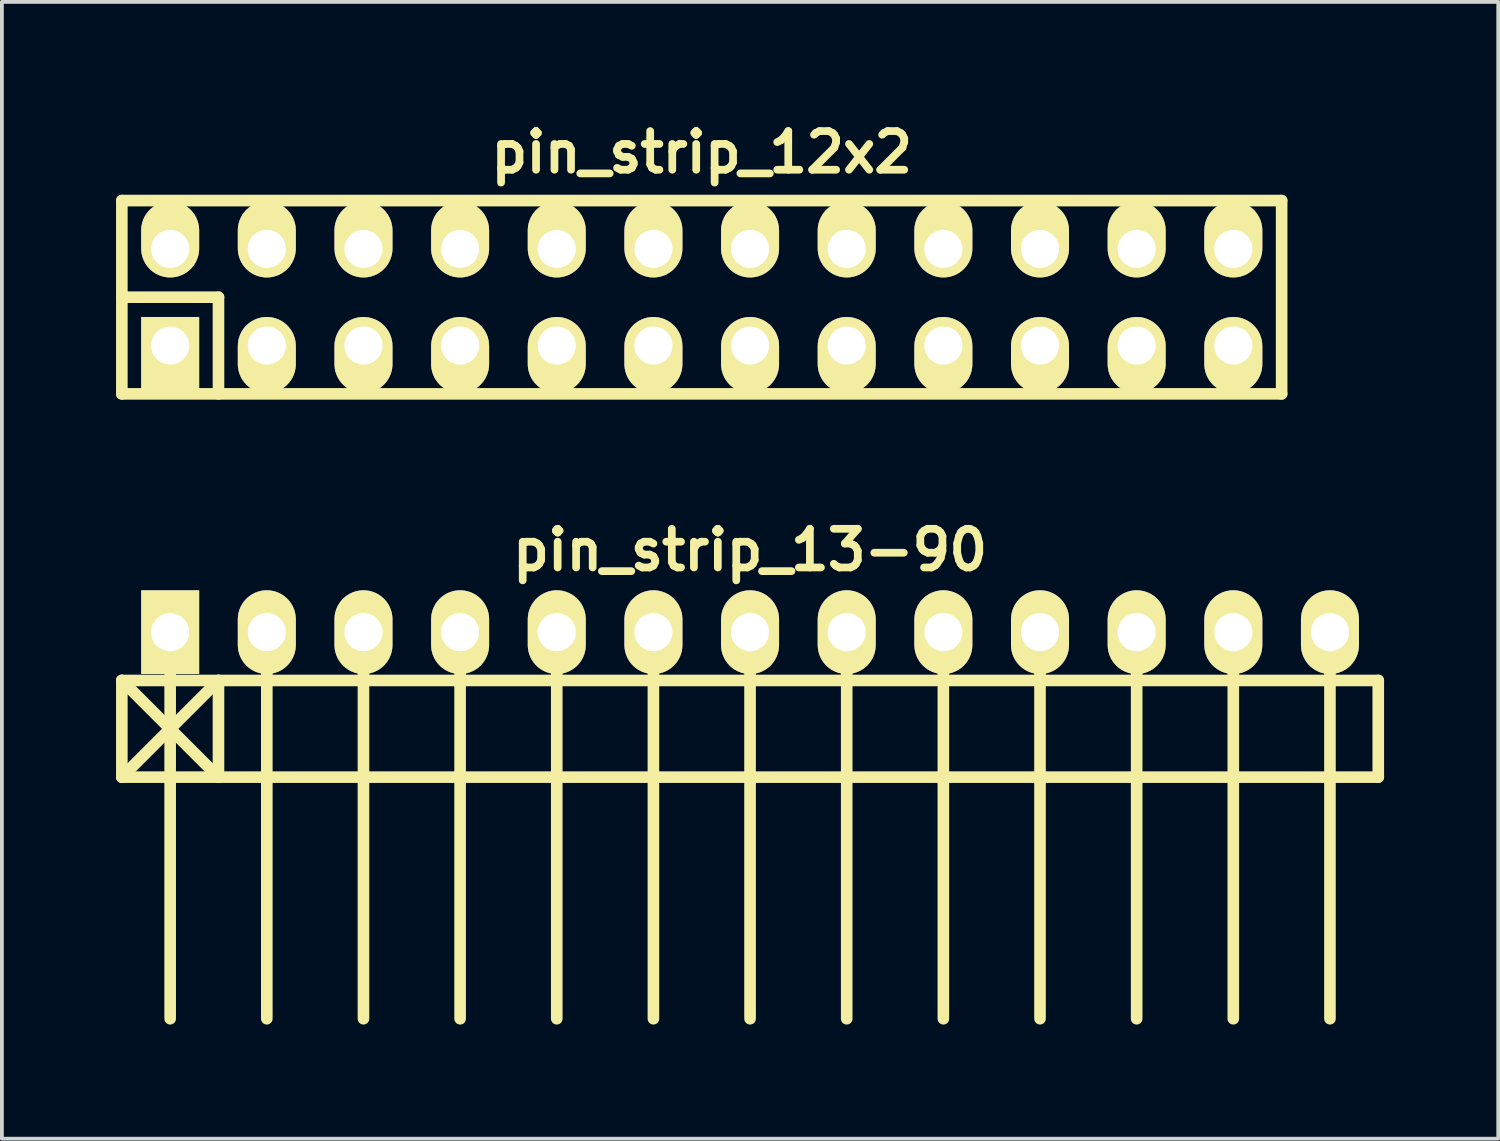
<source format=kicad_pcb>
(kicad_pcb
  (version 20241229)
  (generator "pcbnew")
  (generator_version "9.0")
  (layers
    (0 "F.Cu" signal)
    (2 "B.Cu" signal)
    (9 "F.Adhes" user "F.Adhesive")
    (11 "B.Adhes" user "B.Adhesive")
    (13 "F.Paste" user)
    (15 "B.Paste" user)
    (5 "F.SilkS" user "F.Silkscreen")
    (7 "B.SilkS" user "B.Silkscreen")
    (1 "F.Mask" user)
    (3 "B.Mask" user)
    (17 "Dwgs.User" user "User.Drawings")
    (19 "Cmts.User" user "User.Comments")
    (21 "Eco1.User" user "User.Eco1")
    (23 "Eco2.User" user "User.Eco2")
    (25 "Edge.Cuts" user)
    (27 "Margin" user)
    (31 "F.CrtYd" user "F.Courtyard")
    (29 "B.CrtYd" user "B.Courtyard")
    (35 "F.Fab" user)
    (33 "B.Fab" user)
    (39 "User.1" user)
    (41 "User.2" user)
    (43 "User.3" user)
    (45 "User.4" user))
  (footprint "pin_strip_13-90"
    (layer "F.Cu")
    (at 16.662 13.563)
    (property "Reference" "pin_strip_13-90" (at 0 -2.159 0) (layer "F.SilkS") (effects (font (size 1.016 1.016) (thickness 0.203))))
    (attr through_hole)
    (fp_line (start -16.51 1.27) (end 16.51 1.27) (stroke (width 0.305) (type solid)) (layer "F.SilkS"))
    (fp_line (start -16.51 3.81) (end -16.51 1.27) (stroke (width 0.305) (type solid)) (layer "F.SilkS"))
    (fp_line (start -16.51 3.81) (end -13.97 1.27) (stroke (width 0.305) (type solid)) (layer "F.SilkS"))
    (fp_line (start -15.24 0) (end -15.24 10.16) (stroke (width 0.305) (type solid)) (layer "F.SilkS"))
    (fp_line (start -13.97 1.27) (end -13.97 3.81) (stroke (width 0.305) (type solid)) (layer "F.SilkS"))
    (fp_line (start -13.97 3.81) (end -16.51 1.27) (stroke (width 0.305) (type solid)) (layer "F.SilkS"))
    (fp_line (start -12.7 0) (end -12.7 10.16) (stroke (width 0.305) (type solid)) (layer "F.SilkS"))
    (fp_line (start -10.16 10.16) (end -10.16 0) (stroke (width 0.305) (type solid)) (layer "F.SilkS"))
    (fp_line (start -7.62 0) (end -7.62 10.16) (stroke (width 0.305) (type solid)) (layer "F.SilkS"))
    (fp_line (start -5.08 0) (end -5.08 10.16) (stroke (width 0.305) (type solid)) (layer "F.SilkS"))
    (fp_line (start -2.54 0) (end -2.54 10.16) (stroke (width 0.305) (type solid)) (layer "F.SilkS"))
    (fp_line (start 0 0) (end 0 10.16) (stroke (width 0.305) (type solid)) (layer "F.SilkS"))
    (fp_line (start 2.54 0) (end 2.54 10.16) (stroke (width 0.305) (type solid)) (layer "F.SilkS"))
    (fp_line (start 5.08 0) (end 5.08 10.16) (stroke (width 0.305) (type solid)) (layer "F.SilkS"))
    (fp_line (start 7.62 0) (end 7.62 10.16) (stroke (width 0.305) (type solid)) (layer "F.SilkS"))
    (fp_line (start 10.16 0) (end 10.16 10.16) (stroke (width 0.305) (type solid)) (layer "F.SilkS"))
    (fp_line (start 12.7 0) (end 12.7 10.16) (stroke (width 0.305) (type solid)) (layer "F.SilkS"))
    (fp_line (start 15.24 10.16) (end 15.24 0) (stroke (width 0.305) (type solid)) (layer "F.SilkS"))
    (fp_line (start 16.51 1.27) (end 16.51 3.81) (stroke (width 0.305) (type solid)) (layer "F.SilkS"))
    (fp_line (start 16.51 3.81) (end -16.51 3.81) (stroke (width 0.305) (type solid)) (layer "F.SilkS"))
    (pad "1" thru_hole rect (at -15.24 0) (size 1.524 2.2) (drill 1.001) (layers "*.Cu" "*.Mask" "F.SilkS"))
    (pad "2" thru_hole oval (at -12.7 0) (size 1.524 2.2) (drill 1.001) (layers "*.Cu" "*.Mask" "F.SilkS"))
    (pad "3" thru_hole oval (at -10.16 0) (size 1.524 2.2) (drill 1.001) (layers "*.Cu" "*.Mask" "F.SilkS"))
    (pad "4" thru_hole oval (at -7.62 0) (size 1.524 2.2) (drill 1.001) (layers "*.Cu" "*.Mask" "F.SilkS"))
    (pad "5" thru_hole oval (at -5.08 0) (size 1.524 2.2) (drill 1.001) (layers "*.Cu" "*.Mask" "F.SilkS"))
    (pad "6" thru_hole oval (at -2.54 0) (size 1.524 2.2) (drill 1.001) (layers "*.Cu" "*.Mask" "F.SilkS"))
    (pad "7" thru_hole oval (at 0 0) (size 1.524 2.2) (drill 1.001) (layers "*.Cu" "*.Mask" "F.SilkS"))
    (pad "8" thru_hole oval (at 2.54 0) (size 1.524 2.2) (drill 1.001) (layers "*.Cu" "*.Mask" "F.SilkS"))
    (pad "9" thru_hole oval (at 5.08 0) (size 1.524 2.2) (drill 1.001) (layers "*.Cu" "*.Mask" "F.SilkS"))
    (pad "10" thru_hole oval (at 7.62 0) (size 1.524 2.2) (drill 1.001) (layers "*.Cu" "*.Mask" "F.SilkS"))
    (pad "11" thru_hole oval (at 10.16 0) (size 1.524 2.2) (drill 1.001) (layers "*.Cu" "*.Mask" "F.SilkS"))
    (pad "12" thru_hole oval (at 12.7 0) (size 1.524 2.2) (drill 1.001) (layers "*.Cu" "*.Mask" "F.SilkS"))
    (pad "13" thru_hole oval (at 15.24 0) (size 1.524 2.2) (drill 1.001) (layers "*.Cu" "*.Mask" "F.SilkS")))
  (footprint "pin_strip_12x2"
    (layer "F.Cu")
    (at 15.392 4.761)
    (property "Reference" "pin_strip_12x2" (at 0 -3.81 0) (layer "F.SilkS") (effects (font (size 1.016 1.016) (thickness 0.203))))
    (attr through_hole)
    (fp_line (start -15.24 -2.54) (end -15.24 2.54) (stroke (width 0.305) (type solid)) (layer "F.SilkS"))
    (fp_line (start -15.24 -2.54) (end 15.24 -2.54) (stroke (width 0.305) (type solid)) (layer "F.SilkS"))
    (fp_line (start -15.24 0) (end -12.7 0) (stroke (width 0.305) (type solid)) (layer "F.SilkS"))
    (fp_line (start -12.7 0) (end -12.7 2.54) (stroke (width 0.305) (type solid)) (layer "F.SilkS"))
    (fp_line (start 15.24 2.54) (end -15.24 2.54) (stroke (width 0.305) (type solid)) (layer "F.SilkS"))
    (fp_line (start 15.24 2.54) (end 15.24 -2.54) (stroke (width 0.305) (type solid)) (layer "F.SilkS"))
    (pad "1" thru_hole rect (at -13.97 1.27) (size 1.524 1.999) (drill 1.001 (offset 0 0.249)) (layers "*.Cu" "*.Mask" "F.SilkS"))
    (pad "2" thru_hole oval (at -13.97 -1.27) (size 1.524 1.999) (drill 1.001 (offset 0 -0.249)) (layers "*.Cu" "*.Mask" "F.SilkS"))
    (pad "3" thru_hole oval (at -11.43 1.27) (size 1.524 1.999) (drill 1.001 (offset 0 0.249)) (layers "*.Cu" "*.Mask" "F.SilkS"))
    (pad "4" thru_hole oval (at -11.43 -1.27) (size 1.524 1.999) (drill 1.001 (offset 0 -0.249)) (layers "*.Cu" "*.Mask" "F.SilkS"))
    (pad "5" thru_hole oval (at -8.89 1.27) (size 1.524 1.999) (drill 1.001 (offset 0 0.249)) (layers "*.Cu" "*.Mask" "F.SilkS"))
    (pad "6" thru_hole oval (at -8.89 -1.27) (size 1.524 1.999) (drill 1.001 (offset 0 -0.249)) (layers "*.Cu" "*.Mask" "F.SilkS"))
    (pad "7" thru_hole oval (at -6.35 1.27) (size 1.524 1.999) (drill 1.001 (offset 0 0.249)) (layers "*.Cu" "*.Mask" "F.SilkS"))
    (pad "8" thru_hole oval (at -6.35 -1.27) (size 1.524 1.999) (drill 1.001 (offset 0 -0.249)) (layers "*.Cu" "*.Mask" "F.SilkS"))
    (pad "9" thru_hole oval (at -3.81 1.27) (size 1.524 1.999) (drill 1.001 (offset 0 0.249)) (layers "*.Cu" "*.Mask" "F.SilkS"))
    (pad "10" thru_hole oval (at -3.81 -1.27) (size 1.524 1.999) (drill 1.001 (offset 0 -0.249)) (layers "*.Cu" "*.Mask" "F.SilkS"))
    (pad "11" thru_hole oval (at -1.27 1.27) (size 1.524 1.999) (drill 1.001 (offset 0 0.249)) (layers "*.Cu" "*.Mask" "F.SilkS"))
    (pad "12" thru_hole oval (at -1.27 -1.27) (size 1.524 1.999) (drill 1.001 (offset 0 -0.249)) (layers "*.Cu" "*.Mask" "F.SilkS"))
    (pad "13" thru_hole oval (at 1.27 1.27) (size 1.524 1.999) (drill 1.001 (offset 0 0.249)) (layers "*.Cu" "*.Mask" "F.SilkS"))
    (pad "14" thru_hole oval (at 1.27 -1.27) (size 1.524 1.999) (drill 1.001 (offset 0 -0.249)) (layers "*.Cu" "*.Mask" "F.SilkS"))
    (pad "15" thru_hole oval (at 3.81 1.27) (size 1.524 1.999) (drill 1.001 (offset 0 0.249)) (layers "*.Cu" "*.Mask" "F.SilkS"))
    (pad "16" thru_hole oval (at 3.81 -1.27) (size 1.524 1.999) (drill 1.001 (offset 0 -0.249)) (layers "*.Cu" "*.Mask" "F.SilkS"))
    (pad "17" thru_hole oval (at 6.35 1.27) (size 1.524 1.999) (drill 1.001 (offset 0 0.249)) (layers "*.Cu" "*.Mask" "F.SilkS"))
    (pad "18" thru_hole oval (at 6.35 -1.27) (size 1.524 1.999) (drill 1.001 (offset 0 -0.249)) (layers "*.Cu" "*.Mask" "F.SilkS"))
    (pad "19" thru_hole oval (at 8.89 1.27) (size 1.524 1.999) (drill 1.001 (offset 0 0.249)) (layers "*.Cu" "*.Mask" "F.SilkS"))
    (pad "20" thru_hole oval (at 8.89 -1.27) (size 1.524 1.999) (drill 1.001 (offset 0 -0.249)) (layers "*.Cu" "*.Mask" "F.SilkS"))
    (pad "21" thru_hole oval (at 11.43 1.27) (size 1.524 1.999) (drill 1.001 (offset 0 0.249)) (layers "*.Cu" "*.Mask" "F.SilkS"))
    (pad "22" thru_hole oval (at 11.43 -1.27) (size 1.524 1.999) (drill 1.001 (offset 0 -0.249)) (layers "*.Cu" "*.Mask" "F.SilkS"))
    (pad "23" thru_hole oval (at 13.97 1.27) (size 1.524 1.999) (drill 1.001 (offset 0 0.249)) (layers "*.Cu" "*.Mask" "F.SilkS"))
    (pad "24" thru_hole oval (at 13.97 -1.27) (size 1.524 1.999) (drill 1.001 (offset 0 -0.249)) (layers "*.Cu" "*.Mask" "F.SilkS")))
  (gr_rect
    (start -3 -3)
    (end 36.325 26.876)
    (stroke (width 0.1) (type default))
    (fill no)
    (layer "Edge.Cuts")))
</source>
